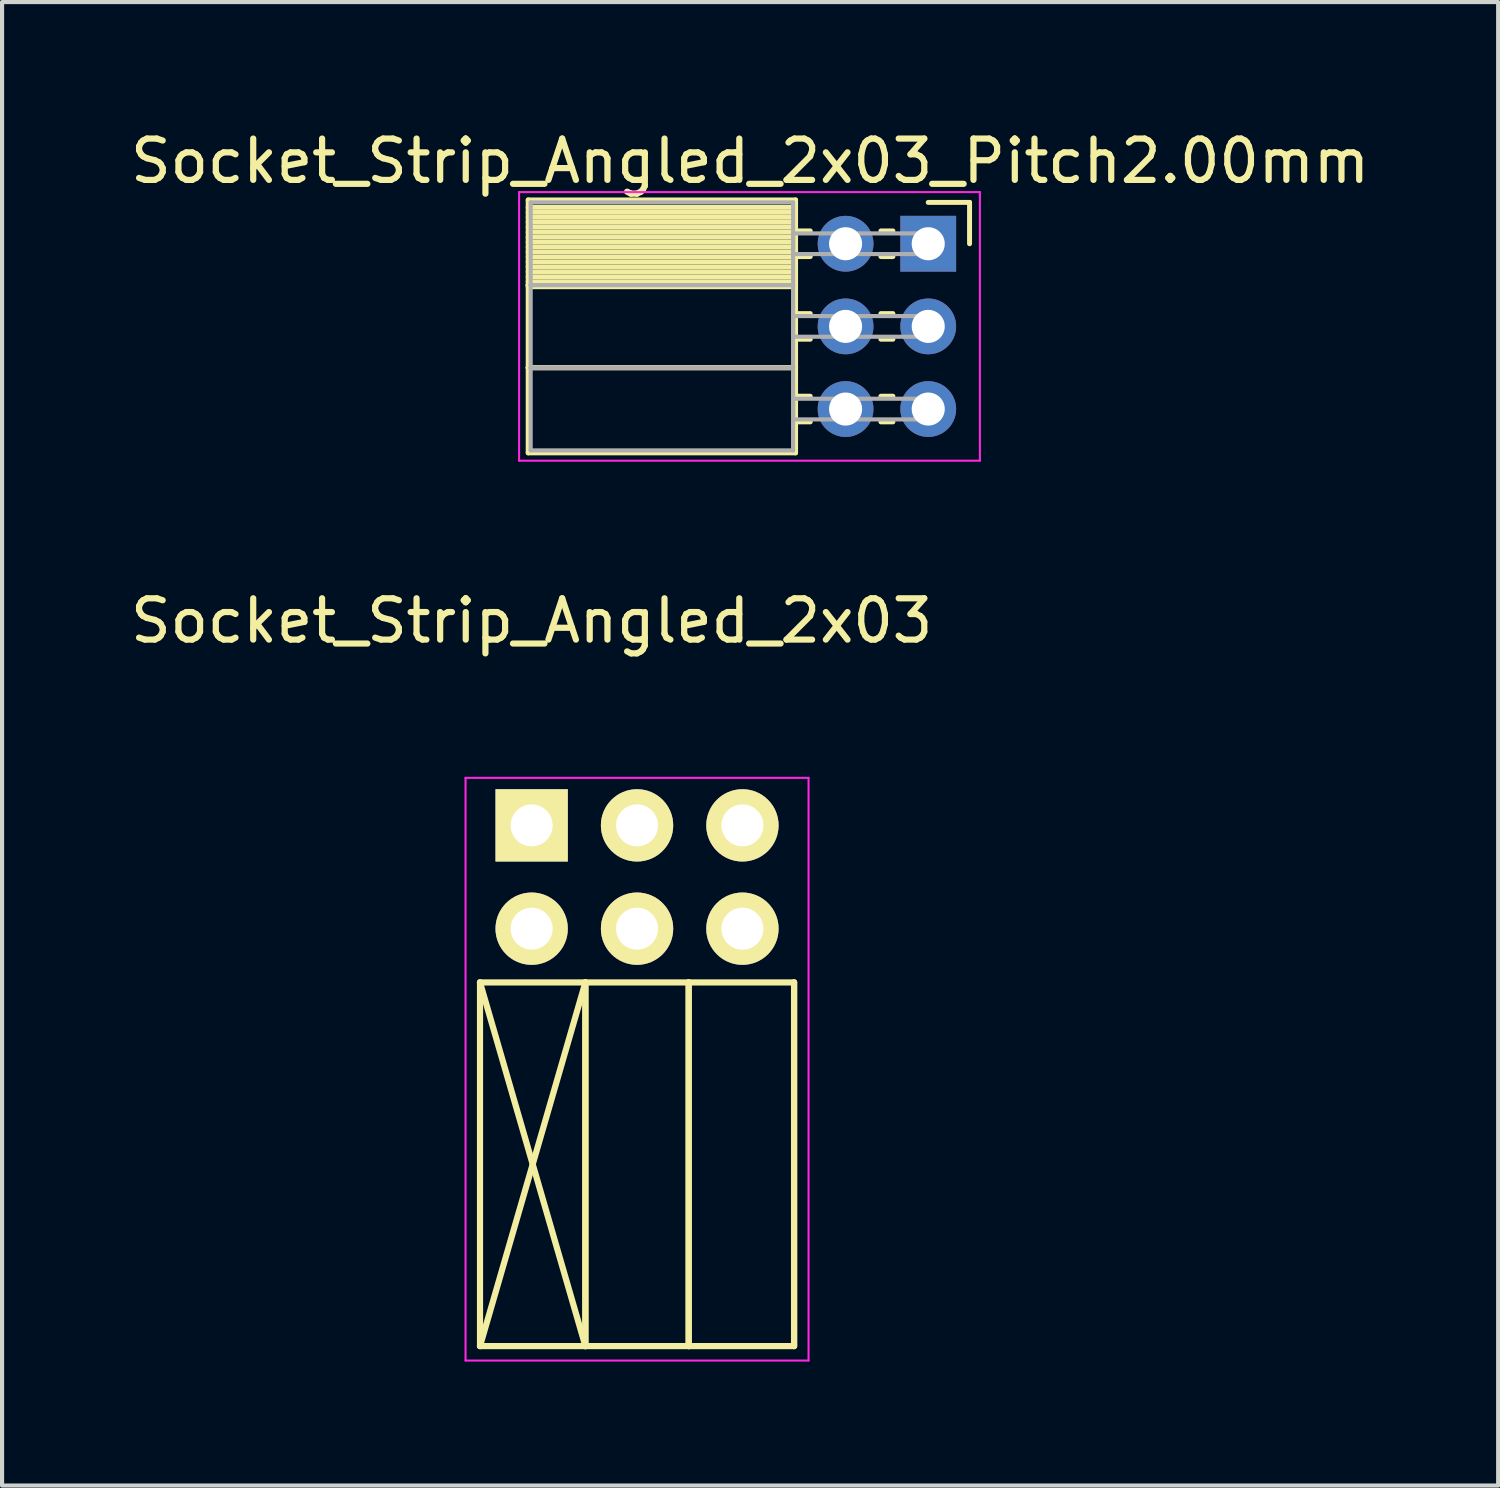
<source format=kicad_pcb>
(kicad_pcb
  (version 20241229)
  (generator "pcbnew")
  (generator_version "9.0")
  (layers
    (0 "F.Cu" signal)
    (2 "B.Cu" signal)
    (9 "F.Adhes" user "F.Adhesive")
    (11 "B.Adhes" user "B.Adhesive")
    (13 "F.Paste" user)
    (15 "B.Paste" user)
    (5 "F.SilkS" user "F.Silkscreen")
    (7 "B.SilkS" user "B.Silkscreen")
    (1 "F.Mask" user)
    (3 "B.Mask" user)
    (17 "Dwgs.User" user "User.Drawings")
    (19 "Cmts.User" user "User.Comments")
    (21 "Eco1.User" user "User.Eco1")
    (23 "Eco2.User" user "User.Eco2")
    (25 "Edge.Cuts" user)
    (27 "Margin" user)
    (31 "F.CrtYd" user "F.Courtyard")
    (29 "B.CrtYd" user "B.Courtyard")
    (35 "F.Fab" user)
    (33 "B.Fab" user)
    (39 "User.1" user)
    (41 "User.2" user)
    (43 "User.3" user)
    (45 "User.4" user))
  (footprint "Socket_Strip_Angled_2x03"
    (layer "F.Cu")
    (at 9.815 16.922)
    (property "Reference" "Socket_Strip_Angled_2x03" (at 0 -4.95 0) (layer "F.SilkS") (effects (font (size 1 1) (thickness 0.15))))
    (attr through_hole)
    (fp_line (start -1.25 3.8) (end -1.25 12.6) (stroke (width 0.15) (type solid)) (layer "F.SilkS"))
    (fp_line (start -1.25 3.8) (end 1.3 3.8) (stroke (width 0.15) (type solid)) (layer "F.SilkS"))
    (fp_line (start -1.25 3.8) (end 1.3 12.6) (stroke (width 0.15) (type solid)) (layer "F.SilkS"))
    (fp_line (start -1.25 12.6) (end 1.3 3.8) (stroke (width 0.15) (type solid)) (layer "F.SilkS"))
    (fp_line (start -1.25 12.6) (end 1.3 12.6) (stroke (width 0.15) (type solid)) (layer "F.SilkS"))
    (fp_line (start 1.3 3.8) (end 1.3 12.6) (stroke (width 0.15) (type solid)) (layer "F.SilkS"))
    (fp_line (start 1.3 3.8) (end 3.8 3.8) (stroke (width 0.15) (type solid)) (layer "F.SilkS"))
    (fp_line (start 1.3 12.6) (end 1.3 3.8) (stroke (width 0.15) (type solid)) (layer "F.SilkS"))
    (fp_line (start 1.3 12.6) (end 3.8 12.6) (stroke (width 0.15) (type solid)) (layer "F.SilkS"))
    (fp_line (start 3.8 3.8) (end 3.8 12.6) (stroke (width 0.15) (type solid)) (layer "F.SilkS"))
    (fp_line (start 3.8 3.8) (end 6.35 3.8) (stroke (width 0.15) (type solid)) (layer "F.SilkS"))
    (fp_line (start 3.8 12.6) (end 3.8 3.8) (stroke (width 0.15) (type solid)) (layer "F.SilkS"))
    (fp_line (start 3.8 12.6) (end 6.35 12.6) (stroke (width 0.15) (type solid)) (layer "F.SilkS"))
    (fp_line (start 6.35 3.8) (end 6.35 12.6) (stroke (width 0.15) (type solid)) (layer "F.SilkS"))
    (fp_line (start 6.35 12.6) (end 6.35 3.8) (stroke (width 0.15) (type solid)) (layer "F.SilkS"))
    (fp_line (start -1.6 -1.15) (end -1.6 12.95) (stroke (width 0.05) (type solid)) (layer "F.CrtYd"))
    (fp_line (start -1.6 -1.15) (end 6.7 -1.15) (stroke (width 0.05) (type solid)) (layer "F.CrtYd"))
    (fp_line (start -1.6 12.95) (end 6.7 12.95) (stroke (width 0.05) (type solid)) (layer "F.CrtYd"))
    (fp_line (start 6.7 -1.15) (end 6.7 12.95) (stroke (width 0.05) (type solid)) (layer "F.CrtYd"))
    (pad "1" thru_hole rect (at 0 0) (size 1.75 1.75) (drill 1.016) (layers "*.Cu" "*.Mask" "F.SilkS"))
    (pad "2" thru_hole oval (at 0 2.5) (size 1.75 1.75) (drill 1.016) (layers "*.Cu" "*.Mask" "F.SilkS"))
    (pad "3" thru_hole oval (at 2.55 0) (size 1.75 1.75) (drill 1.016) (layers "*.Cu" "*.Mask" "F.SilkS"))
    (pad "4" thru_hole oval (at 2.55 2.5) (size 1.75 1.75) (drill 1.016) (layers "*.Cu" "*.Mask" "F.SilkS"))
    (pad "5" thru_hole oval (at 5.1 0) (size 1.75 1.75) (drill 1.016) (layers "*.Cu" "*.Mask" "F.SilkS"))
    (pad "6" thru_hole oval (at 5.1 2.5) (size 1.75 1.75) (drill 1.016) (layers "*.Cu" "*.Mask" "F.SilkS")))
  (footprint "Socket_Strip_Angled_2x03_Pitch2.00mm"
    (layer "F.Cu")
    (at 19.411 2.848)
    (property "Reference" "Socket_Strip_Angled_2x03_Pitch2.00mm" (at -4.31 -2 0) (layer "F.SilkS") (effects (font (size 1 1) (thickness 0.15))))
    (attr through_hole)
    (fp_line (start -9.68 -1.06) (end -3.21 -1.06) (stroke (width 0.12) (type solid)) (layer "F.SilkS"))
    (fp_line (start -9.68 1) (end -9.68 -1.06) (stroke (width 0.12) (type solid)) (layer "F.SilkS"))
    (fp_line (start -9.68 1) (end -3.21 1) (stroke (width 0.12) (type solid)) (layer "F.SilkS"))
    (fp_line (start -9.68 3) (end -9.68 1) (stroke (width 0.12) (type solid)) (layer "F.SilkS"))
    (fp_line (start -9.68 3) (end -3.21 3) (stroke (width 0.12) (type solid)) (layer "F.SilkS"))
    (fp_line (start -9.68 5.06) (end -9.68 3) (stroke (width 0.12) (type solid)) (layer "F.SilkS"))
    (fp_line (start -3.21 -1.06) (end -3.21 1) (stroke (width 0.12) (type solid)) (layer "F.SilkS"))
    (fp_line (start -3.21 -0.88) (end -9.68 -0.88) (stroke (width 0.12) (type solid)) (layer "F.SilkS"))
    (fp_line (start -3.21 -0.76) (end -9.68 -0.76) (stroke (width 0.12) (type solid)) (layer "F.SilkS"))
    (fp_line (start -3.21 -0.64) (end -9.68 -0.64) (stroke (width 0.12) (type solid)) (layer "F.SilkS"))
    (fp_line (start -3.21 -0.52) (end -9.68 -0.52) (stroke (width 0.12) (type solid)) (layer "F.SilkS"))
    (fp_line (start -3.21 -0.4) (end -9.68 -0.4) (stroke (width 0.12) (type solid)) (layer "F.SilkS"))
    (fp_line (start -3.21 -0.28) (end -9.68 -0.28) (stroke (width 0.12) (type solid)) (layer "F.SilkS"))
    (fp_line (start -3.21 -0.16) (end -9.68 -0.16) (stroke (width 0.12) (type solid)) (layer "F.SilkS"))
    (fp_line (start -3.21 -0.04) (end -9.68 -0.04) (stroke (width 0.12) (type solid)) (layer "F.SilkS"))
    (fp_line (start -3.21 0.08) (end -9.68 0.08) (stroke (width 0.12) (type solid)) (layer "F.SilkS"))
    (fp_line (start -3.21 0.2) (end -9.68 0.2) (stroke (width 0.12) (type solid)) (layer "F.SilkS"))
    (fp_line (start -3.21 0.32) (end -9.68 0.32) (stroke (width 0.12) (type solid)) (layer "F.SilkS"))
    (fp_line (start -3.21 0.44) (end -9.68 0.44) (stroke (width 0.12) (type solid)) (layer "F.SilkS"))
    (fp_line (start -3.21 0.56) (end -9.68 0.56) (stroke (width 0.12) (type solid)) (layer "F.SilkS"))
    (fp_line (start -3.21 0.68) (end -9.68 0.68) (stroke (width 0.12) (type solid)) (layer "F.SilkS"))
    (fp_line (start -3.21 0.8) (end -9.68 0.8) (stroke (width 0.12) (type solid)) (layer "F.SilkS"))
    (fp_line (start -3.21 0.92) (end -9.68 0.92) (stroke (width 0.12) (type solid)) (layer "F.SilkS"))
    (fp_line (start -3.21 1) (end -9.68 1) (stroke (width 0.12) (type solid)) (layer "F.SilkS"))
    (fp_line (start -3.21 1) (end -3.21 3) (stroke (width 0.12) (type solid)) (layer "F.SilkS"))
    (fp_line (start -3.21 1.04) (end -9.68 1.04) (stroke (width 0.12) (type solid)) (layer "F.SilkS"))
    (fp_line (start -3.21 3) (end -9.68 3) (stroke (width 0.12) (type solid)) (layer "F.SilkS"))
    (fp_line (start -3.21 3) (end -3.21 5.06) (stroke (width 0.12) (type solid)) (layer "F.SilkS"))
    (fp_line (start -3.21 5.06) (end -9.68 5.06) (stroke (width 0.12) (type solid)) (layer "F.SilkS"))
    (fp_line (start -2.855 -0.31) (end -3.21 -0.31) (stroke (width 0.12) (type solid)) (layer "F.SilkS"))
    (fp_line (start -2.855 0.31) (end -3.21 0.31) (stroke (width 0.12) (type solid)) (layer "F.SilkS"))
    (fp_line (start -2.855 1.69) (end -3.21 1.69) (stroke (width 0.12) (type solid)) (layer "F.SilkS"))
    (fp_line (start -2.855 2.31) (end -3.21 2.31) (stroke (width 0.12) (type solid)) (layer "F.SilkS"))
    (fp_line (start -2.855 3.69) (end -3.21 3.69) (stroke (width 0.12) (type solid)) (layer "F.SilkS"))
    (fp_line (start -2.855 4.31) (end -3.21 4.31) (stroke (width 0.12) (type solid)) (layer "F.SilkS"))
    (fp_line (start -0.855 -0.31) (end -1.145 -0.31) (stroke (width 0.12) (type solid)) (layer "F.SilkS"))
    (fp_line (start -0.855 0.31) (end -1.145 0.31) (stroke (width 0.12) (type solid)) (layer "F.SilkS"))
    (fp_line (start -0.855 1.69) (end -1.145 1.69) (stroke (width 0.12) (type solid)) (layer "F.SilkS"))
    (fp_line (start -0.855 2.31) (end -1.145 2.31) (stroke (width 0.12) (type solid)) (layer "F.SilkS"))
    (fp_line (start -0.855 3.69) (end -1.145 3.69) (stroke (width 0.12) (type solid)) (layer "F.SilkS"))
    (fp_line (start -0.855 4.31) (end -1.145 4.31) (stroke (width 0.12) (type solid)) (layer "F.SilkS"))
    (fp_line (start 0 -1) (end 1 -1) (stroke (width 0.12) (type solid)) (layer "F.SilkS"))
    (fp_line (start 1 -1) (end 1 0) (stroke (width 0.12) (type solid)) (layer "F.SilkS"))
    (fp_line (start -9.9 -1.25) (end 1.25 -1.25) (stroke (width 0.05) (type solid)) (layer "F.CrtYd"))
    (fp_line (start -9.9 5.25) (end -9.9 -1.25) (stroke (width 0.05) (type solid)) (layer "F.CrtYd"))
    (fp_line (start 1.25 -1.25) (end 1.25 5.25) (stroke (width 0.05) (type solid)) (layer "F.CrtYd"))
    (fp_line (start 1.25 5.25) (end -9.9 5.25) (stroke (width 0.05) (type solid)) (layer "F.CrtYd"))
    (fp_line (start -9.62 -1) (end -3.27 -1) (stroke (width 0.1) (type solid)) (layer "F.Fab"))
    (fp_line (start -9.62 1) (end -9.62 -1) (stroke (width 0.1) (type solid)) (layer "F.Fab"))
    (fp_line (start -9.62 1) (end -3.27 1) (stroke (width 0.1) (type solid)) (layer "F.Fab"))
    (fp_line (start -9.62 3) (end -9.62 1) (stroke (width 0.1) (type solid)) (layer "F.Fab"))
    (fp_line (start -9.62 3) (end -3.27 3) (stroke (width 0.1) (type solid)) (layer "F.Fab"))
    (fp_line (start -9.62 5) (end -9.62 3) (stroke (width 0.1) (type solid)) (layer "F.Fab"))
    (fp_line (start -3.27 -1) (end -3.27 1) (stroke (width 0.1) (type solid)) (layer "F.Fab"))
    (fp_line (start -3.27 -0.25) (end 0 -0.25) (stroke (width 0.1) (type solid)) (layer "F.Fab"))
    (fp_line (start -3.27 0.25) (end -3.27 -0.25) (stroke (width 0.1) (type solid)) (layer "F.Fab"))
    (fp_line (start -3.27 1) (end -9.62 1) (stroke (width 0.1) (type solid)) (layer "F.Fab"))
    (fp_line (start -3.27 1) (end -3.27 3) (stroke (width 0.1) (type solid)) (layer "F.Fab"))
    (fp_line (start -3.27 1.75) (end 0 1.75) (stroke (width 0.1) (type solid)) (layer "F.Fab"))
    (fp_line (start -3.27 2.25) (end -3.27 1.75) (stroke (width 0.1) (type solid)) (layer "F.Fab"))
    (fp_line (start -3.27 3) (end -9.62 3) (stroke (width 0.1) (type solid)) (layer "F.Fab"))
    (fp_line (start -3.27 3) (end -3.27 5) (stroke (width 0.1) (type solid)) (layer "F.Fab"))
    (fp_line (start -3.27 3.75) (end 0 3.75) (stroke (width 0.1) (type solid)) (layer "F.Fab"))
    (fp_line (start -3.27 4.25) (end -3.27 3.75) (stroke (width 0.1) (type solid)) (layer "F.Fab"))
    (fp_line (start -3.27 5) (end -9.62 5) (stroke (width 0.1) (type solid)) (layer "F.Fab"))
    (fp_line (start 0 -0.25) (end 0 0.25) (stroke (width 0.1) (type solid)) (layer "F.Fab"))
    (fp_line (start 0 0.25) (end -3.27 0.25) (stroke (width 0.1) (type solid)) (layer "F.Fab"))
    (fp_line (start 0 1.75) (end 0 2.25) (stroke (width 0.1) (type solid)) (layer "F.Fab"))
    (fp_line (start 0 2.25) (end -3.27 2.25) (stroke (width 0.1) (type solid)) (layer "F.Fab"))
    (fp_line (start 0 3.75) (end 0 4.25) (stroke (width 0.1) (type solid)) (layer "F.Fab"))
    (fp_line (start 0 4.25) (end -3.27 4.25) (stroke (width 0.1) (type solid)) (layer "F.Fab"))
    (pad "1" thru_hole rect (at 0 0) (size 1.35 1.35) (drill 0.8) (layers "*.Cu" "*.Mask"))
    (pad "2" thru_hole oval (at -2 0) (size 1.35 1.35) (drill 0.8) (layers "*.Cu" "*.Mask"))
    (pad "3" thru_hole oval (at 0 2) (size 1.35 1.35) (drill 0.8) (layers "*.Cu" "*.Mask"))
    (pad "4" thru_hole oval (at -2 2) (size 1.35 1.35) (drill 0.8) (layers "*.Cu" "*.Mask"))
    (pad "5" thru_hole oval (at 0 4) (size 1.35 1.35) (drill 0.8) (layers "*.Cu" "*.Mask"))
    (pad "6" thru_hole oval (at -2 4) (size 1.35 1.35) (drill 0.8) (layers "*.Cu" "*.Mask")))
  (gr_rect
    (start -3 -3)
    (end 33.202 32.897)
    (stroke (width 0.1) (type default))
    (fill no)
    (layer "Edge.Cuts")))
</source>
